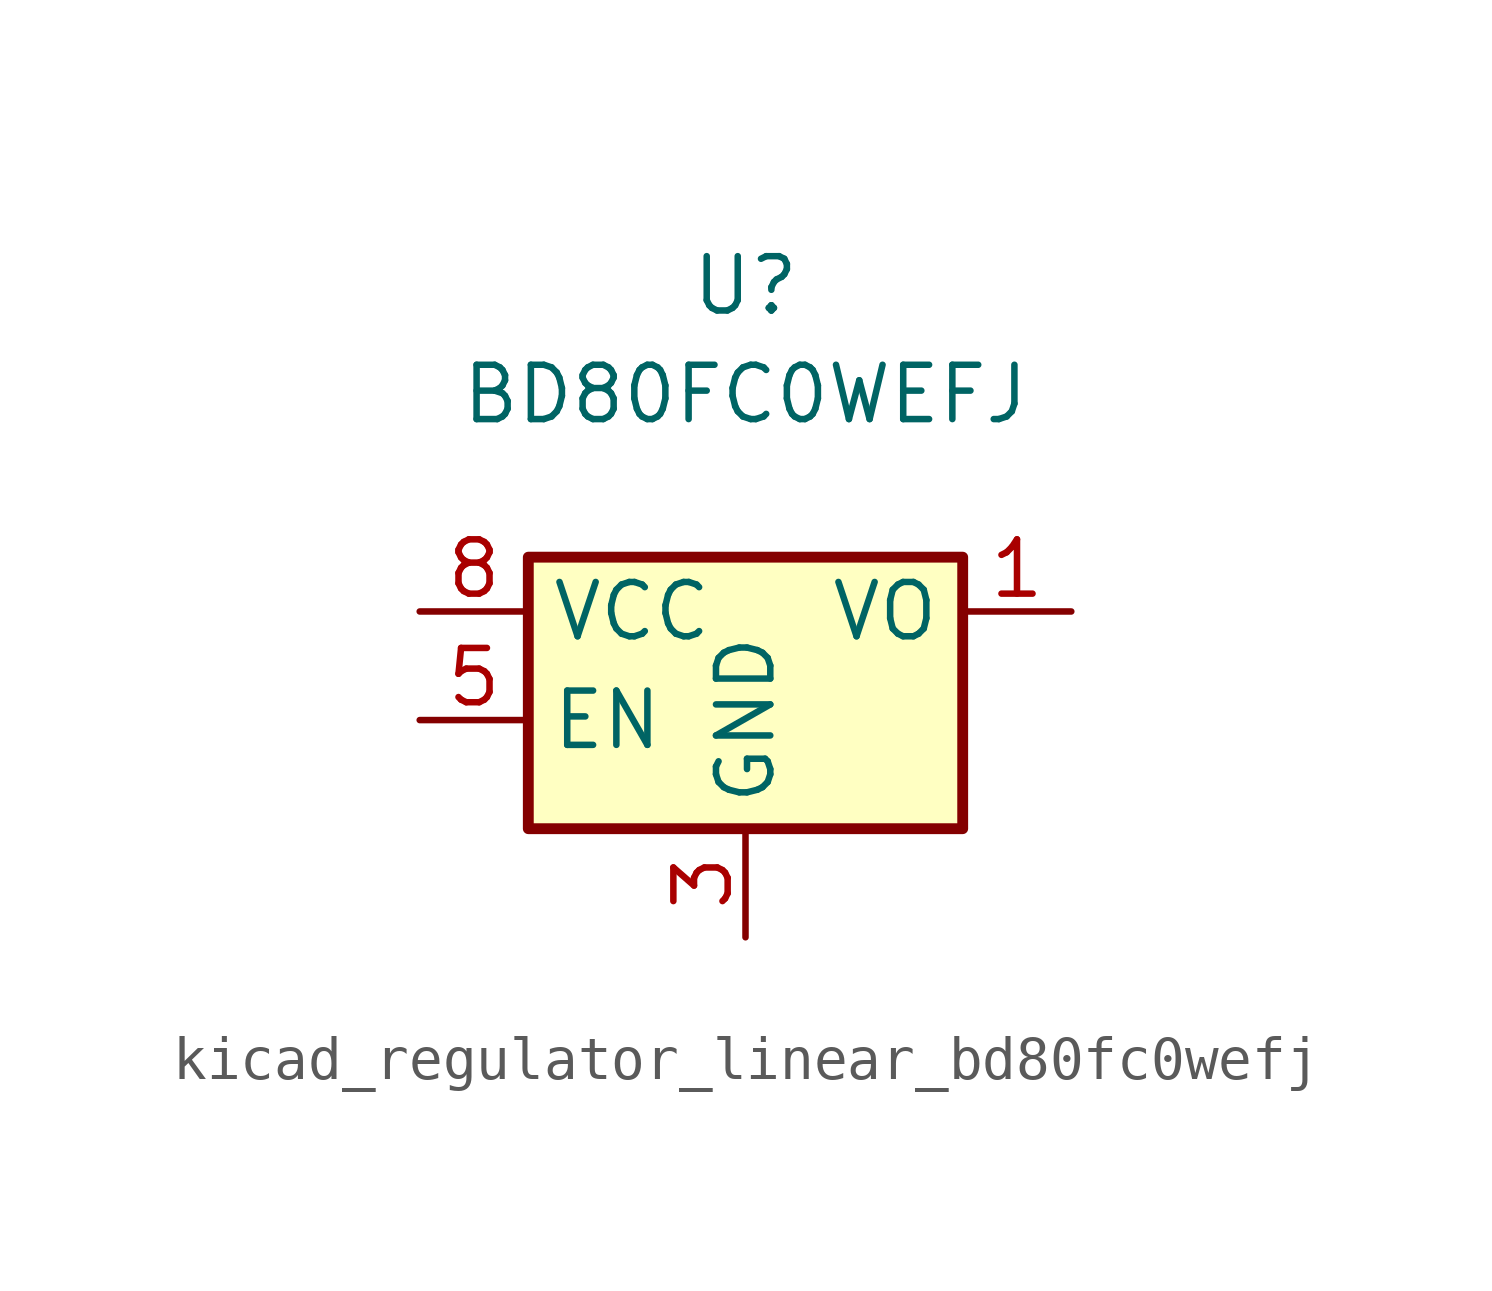
<source format=kicad_sym>
(kicad_symbol_lib
  (version 20220914)
  (generator kicad_symbol_editor)
  (symbol "kicad_regulator_linear_bd80fc0wefj"
    (property "Reference" "U"
      (at 0 7.62 0)
      (effects (font (size 1.27 1.27))))
    (property "Value" "BD80FC0WEFJ"
      (at 0 5.08 0)
      (effects (font (size 1.27 1.27))))
    (symbol "kicad_regulator_linear_bd80fc0wefj_1_1"
      (rectangle (start -5.08 -5.08) (end 5.08 1.27) (stroke (width 0.254) (type default)) (fill (type background)))
      (pin power_out line (at 7.62 0 180) (length 2.54) (name "VO" (effects (font (size 1.27 1.27)))) (number "1" (effects (font (size 1.27 1.27)))))
      (pin no_connect line (at 5.08 -2.54 180) (length 2.54) hide (name "NC" (effects (font (size 1.27 1.27)))) (number "2" (effects (font (size 1.27 1.27)))))
      (pin power_in line (at 0 -7.62 90) (length 2.54) (name "GND" (effects (font (size 1.27 1.27)))) (number "3" (effects (font (size 1.27 1.27)))))
      (pin no_connect line (at -3.81 -5.08 90) (length 2.54) hide (name "NC" (effects (font (size 1.27 1.27)))) (number "4" (effects (font (size 1.27 1.27)))))
      (pin input line (at -7.62 -2.54 0) (length 2.54) (name "EN" (effects (font (size 1.27 1.27)))) (number "5" (effects (font (size 1.27 1.27)))))
      (pin no_connect line (at -2.54 -5.08 90) (length 2.54) hide (name "NC" (effects (font (size 1.27 1.27)))) (number "6" (effects (font (size 1.27 1.27)))))
      (pin no_connect line (at -1.27 -5.08 90) (length 2.54) hide (name "NC" (effects (font (size 1.27 1.27)))) (number "7" (effects (font (size 1.27 1.27)))))
      (pin power_in line (at -7.62 0 0) (length 2.54) (name "VCC" (effects (font (size 1.27 1.27)))) (number "8" (effects (font (size 1.27 1.27)))))
      (pin passive line (at 0 -7.62 90) (length 2.54) hide (name "GND" (effects (font (size 1.27 1.27)))) (number "9" (effects (font (size 1.27 1.27))))))))
</source>
